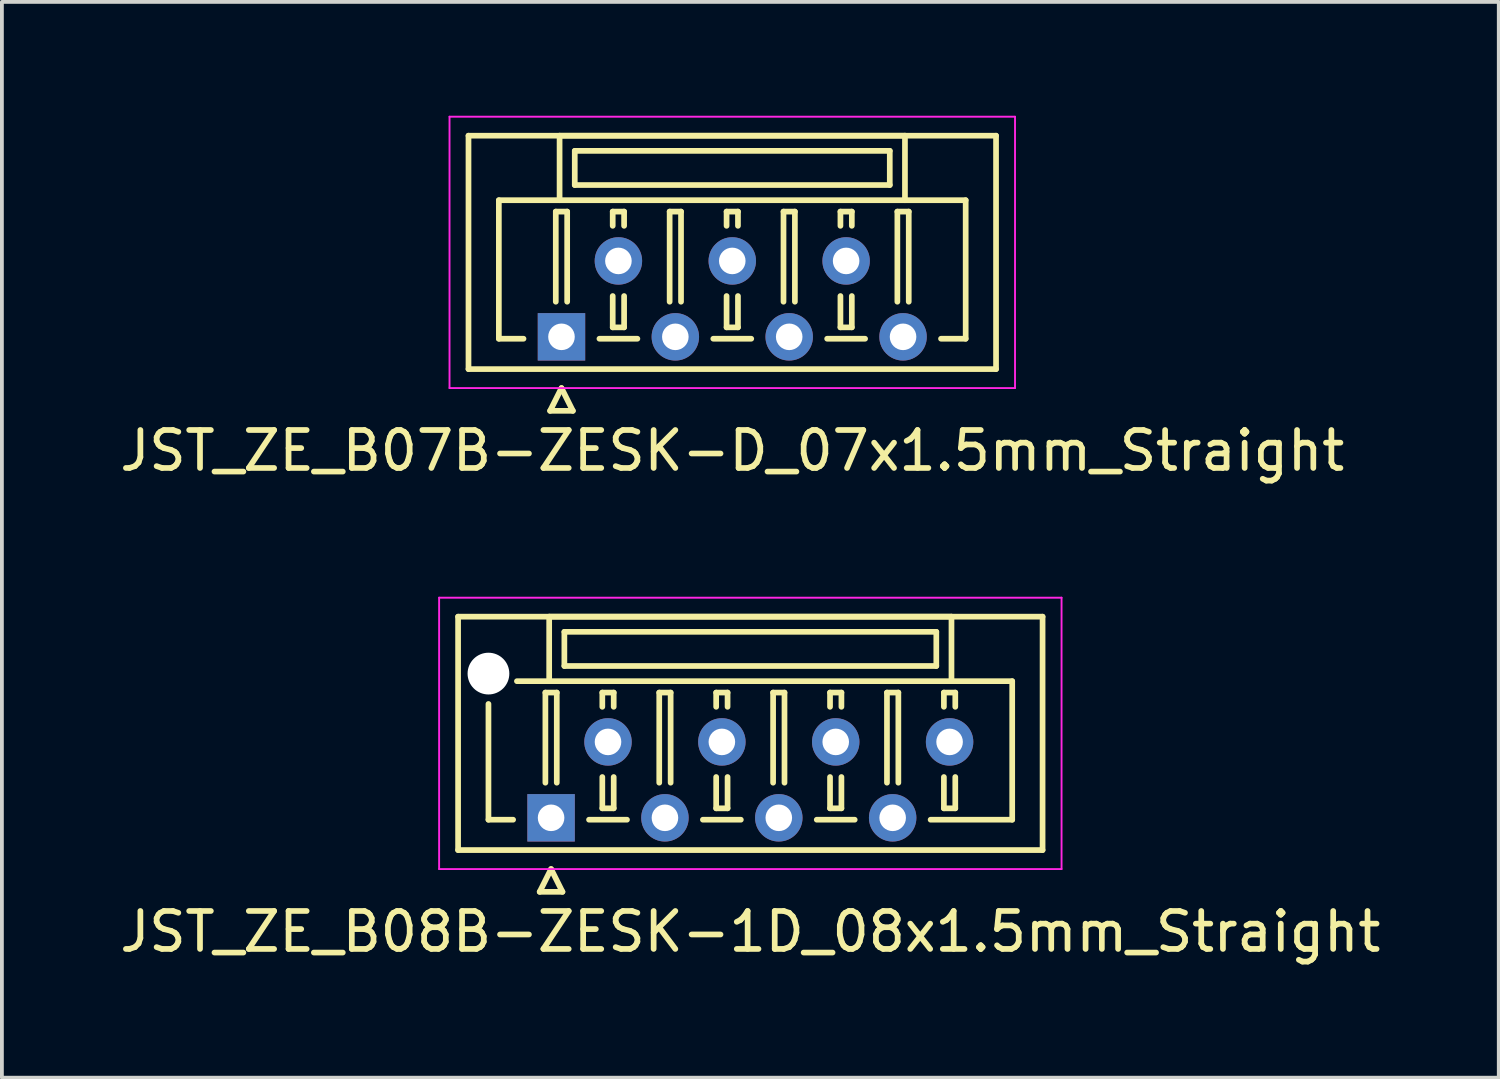
<source format=kicad_pcb>
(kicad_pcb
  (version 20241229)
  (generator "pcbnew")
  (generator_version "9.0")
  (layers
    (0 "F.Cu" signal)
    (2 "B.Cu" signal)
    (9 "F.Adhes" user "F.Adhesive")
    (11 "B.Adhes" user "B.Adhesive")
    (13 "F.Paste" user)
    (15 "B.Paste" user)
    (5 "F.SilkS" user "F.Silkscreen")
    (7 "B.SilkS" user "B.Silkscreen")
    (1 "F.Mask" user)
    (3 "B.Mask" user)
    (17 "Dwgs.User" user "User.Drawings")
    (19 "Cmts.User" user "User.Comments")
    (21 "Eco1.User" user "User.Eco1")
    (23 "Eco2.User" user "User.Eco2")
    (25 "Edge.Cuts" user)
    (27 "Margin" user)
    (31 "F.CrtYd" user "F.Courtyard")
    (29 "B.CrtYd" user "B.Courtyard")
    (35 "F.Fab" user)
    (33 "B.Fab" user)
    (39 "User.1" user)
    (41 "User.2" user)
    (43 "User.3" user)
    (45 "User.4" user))
  (footprint "JST_ZE_B08B-ZESK-1D_08x1.5mm_Straight"
    (layer "F.Cu")
    (at 11.47 18.498)
    (property "Reference" "JST_ZE_B08B-ZESK-1D_08x1.5mm_Straight" (at 5.25 3 0) (layer "F.SilkS") (effects (font (size 1 1) (thickness 0.15))))
    (attr through_hole)
    (fp_line (start -2.45 -5.3) (end -2.45 0.85) (stroke (width 0.15) (type solid)) (layer "F.SilkS"))
    (fp_line (start -2.45 0.85) (end 12.95 0.85) (stroke (width 0.15) (type solid)) (layer "F.SilkS"))
    (fp_line (start -1.65 -3) (end -1.65 0.05) (stroke (width 0.15) (type solid)) (layer "F.SilkS"))
    (fp_line (start -1.65 0.05) (end -1 0.05) (stroke (width 0.15) (type solid)) (layer "F.SilkS"))
    (fp_line (start -0.3 1.95) (end 0 1.35) (stroke (width 0.15) (type solid)) (layer "F.SilkS"))
    (fp_line (start -0.15 -3.3) (end 0.15 -3.3) (stroke (width 0.15) (type solid)) (layer "F.SilkS"))
    (fp_line (start -0.15 -0.925) (end -0.15 -3.3) (stroke (width 0.15) (type solid)) (layer "F.SilkS"))
    (fp_line (start -0.05 -5.3) (end -0.05 -3.6) (stroke (width 0.15) (type solid)) (layer "F.SilkS"))
    (fp_line (start -0.05 -3.6) (end -0.9 -3.6) (stroke (width 0.15) (type solid)) (layer "F.SilkS"))
    (fp_line (start -0.05 -3.6) (end 10.55 -3.6) (stroke (width 0.15) (type solid)) (layer "F.SilkS"))
    (fp_line (start 0 1.35) (end 0.3 1.95) (stroke (width 0.15) (type solid)) (layer "F.SilkS"))
    (fp_line (start 0.15 -3.3) (end 0.15 -0.925) (stroke (width 0.15) (type solid)) (layer "F.SilkS"))
    (fp_line (start 0.3 1.95) (end -0.3 1.95) (stroke (width 0.15) (type solid)) (layer "F.SilkS"))
    (fp_line (start 0.35 -4.9) (end 0.35 -4) (stroke (width 0.15) (type solid)) (layer "F.SilkS"))
    (fp_line (start 0.35 -4) (end 10.15 -4) (stroke (width 0.15) (type solid)) (layer "F.SilkS"))
    (fp_line (start 1 0.05) (end 2 0.05) (stroke (width 0.15) (type solid)) (layer "F.SilkS"))
    (fp_line (start 1.35 -3.3) (end 1.65 -3.3) (stroke (width 0.15) (type solid)) (layer "F.SilkS"))
    (fp_line (start 1.35 -2.925) (end 1.35 -3.3) (stroke (width 0.15) (type solid)) (layer "F.SilkS"))
    (fp_line (start 1.35 -1.075) (end 1.35 -0.25) (stroke (width 0.15) (type solid)) (layer "F.SilkS"))
    (fp_line (start 1.35 -0.25) (end 1.65 -0.25) (stroke (width 0.15) (type solid)) (layer "F.SilkS"))
    (fp_line (start 1.65 -3.3) (end 1.65 -2.925) (stroke (width 0.15) (type solid)) (layer "F.SilkS"))
    (fp_line (start 1.65 -0.25) (end 1.65 -1.075) (stroke (width 0.15) (type solid)) (layer "F.SilkS"))
    (fp_line (start 2.85 -3.3) (end 3.15 -3.3) (stroke (width 0.15) (type solid)) (layer "F.SilkS"))
    (fp_line (start 2.85 -0.925) (end 2.85 -3.3) (stroke (width 0.15) (type solid)) (layer "F.SilkS"))
    (fp_line (start 3.15 -3.3) (end 3.15 -0.925) (stroke (width 0.15) (type solid)) (layer "F.SilkS"))
    (fp_line (start 4 0.05) (end 5 0.05) (stroke (width 0.15) (type solid)) (layer "F.SilkS"))
    (fp_line (start 4.35 -3.3) (end 4.65 -3.3) (stroke (width 0.15) (type solid)) (layer "F.SilkS"))
    (fp_line (start 4.35 -2.925) (end 4.35 -3.3) (stroke (width 0.15) (type solid)) (layer "F.SilkS"))
    (fp_line (start 4.35 -1.075) (end 4.35 -0.25) (stroke (width 0.15) (type solid)) (layer "F.SilkS"))
    (fp_line (start 4.35 -0.25) (end 4.65 -0.25) (stroke (width 0.15) (type solid)) (layer "F.SilkS"))
    (fp_line (start 4.65 -3.3) (end 4.65 -2.925) (stroke (width 0.15) (type solid)) (layer "F.SilkS"))
    (fp_line (start 4.65 -0.25) (end 4.65 -1.075) (stroke (width 0.15) (type solid)) (layer "F.SilkS"))
    (fp_line (start 5.85 -3.3) (end 6.15 -3.3) (stroke (width 0.15) (type solid)) (layer "F.SilkS"))
    (fp_line (start 5.85 -0.925) (end 5.85 -3.3) (stroke (width 0.15) (type solid)) (layer "F.SilkS"))
    (fp_line (start 6.15 -3.3) (end 6.15 -0.925) (stroke (width 0.15) (type solid)) (layer "F.SilkS"))
    (fp_line (start 7 0.05) (end 8 0.05) (stroke (width 0.15) (type solid)) (layer "F.SilkS"))
    (fp_line (start 7.35 -3.3) (end 7.65 -3.3) (stroke (width 0.15) (type solid)) (layer "F.SilkS"))
    (fp_line (start 7.35 -2.925) (end 7.35 -3.3) (stroke (width 0.15) (type solid)) (layer "F.SilkS"))
    (fp_line (start 7.35 -1.075) (end 7.35 -0.25) (stroke (width 0.15) (type solid)) (layer "F.SilkS"))
    (fp_line (start 7.35 -0.25) (end 7.65 -0.25) (stroke (width 0.15) (type solid)) (layer "F.SilkS"))
    (fp_line (start 7.65 -3.3) (end 7.65 -2.925) (stroke (width 0.15) (type solid)) (layer "F.SilkS"))
    (fp_line (start 7.65 -0.25) (end 7.65 -1.075) (stroke (width 0.15) (type solid)) (layer "F.SilkS"))
    (fp_line (start 8.85 -3.3) (end 9.15 -3.3) (stroke (width 0.15) (type solid)) (layer "F.SilkS"))
    (fp_line (start 8.85 -0.925) (end 8.85 -3.3) (stroke (width 0.15) (type solid)) (layer "F.SilkS"))
    (fp_line (start 9.15 -3.3) (end 9.15 -0.925) (stroke (width 0.15) (type solid)) (layer "F.SilkS"))
    (fp_line (start 10.15 -4.9) (end 0.35 -4.9) (stroke (width 0.15) (type solid)) (layer "F.SilkS"))
    (fp_line (start 10.15 -4) (end 10.15 -4.9) (stroke (width 0.15) (type solid)) (layer "F.SilkS"))
    (fp_line (start 10.35 -3.3) (end 10.65 -3.3) (stroke (width 0.15) (type solid)) (layer "F.SilkS"))
    (fp_line (start 10.35 -2.925) (end 10.35 -3.3) (stroke (width 0.15) (type solid)) (layer "F.SilkS"))
    (fp_line (start 10.35 -1.075) (end 10.35 -0.25) (stroke (width 0.15) (type solid)) (layer "F.SilkS"))
    (fp_line (start 10.35 -0.25) (end 10.65 -0.25) (stroke (width 0.15) (type solid)) (layer "F.SilkS"))
    (fp_line (start 10.55 -5.3) (end -0.05 -5.3) (stroke (width 0.15) (type solid)) (layer "F.SilkS"))
    (fp_line (start 10.55 -3.6) (end 10.55 -5.3) (stroke (width 0.15) (type solid)) (layer "F.SilkS"))
    (fp_line (start 10.55 -3.6) (end 12.15 -3.6) (stroke (width 0.15) (type solid)) (layer "F.SilkS"))
    (fp_line (start 10.65 -3.3) (end 10.65 -2.925) (stroke (width 0.15) (type solid)) (layer "F.SilkS"))
    (fp_line (start 10.65 -0.25) (end 10.65 -1.075) (stroke (width 0.15) (type solid)) (layer "F.SilkS"))
    (fp_line (start 12.15 -3.6) (end 12.15 0.05) (stroke (width 0.15) (type solid)) (layer "F.SilkS"))
    (fp_line (start 12.15 0.05) (end 10 0.05) (stroke (width 0.15) (type solid)) (layer "F.SilkS"))
    (fp_line (start 12.95 -5.3) (end -2.45 -5.3) (stroke (width 0.15) (type solid)) (layer "F.SilkS"))
    (fp_line (start 12.95 0.85) (end 12.95 -5.3) (stroke (width 0.15) (type solid)) (layer "F.SilkS"))
    (fp_line (start -2.95 -5.8) (end -2.95 1.35) (stroke (width 0.05) (type solid)) (layer "F.CrtYd"))
    (fp_line (start -2.95 1.35) (end 13.45 1.35) (stroke (width 0.05) (type solid)) (layer "F.CrtYd"))
    (fp_line (start 13.45 -5.8) (end -2.95 -5.8) (stroke (width 0.05) (type solid)) (layer "F.CrtYd"))
    (fp_line (start 13.45 1.35) (end 13.45 -5.8) (stroke (width 0.05) (type solid)) (layer "F.CrtYd"))
    (pad "" np_thru_hole circle (at -1.65 -3.8) (size 1.1 1.1) (drill 1.1) (layers "*.Cu"))
    (pad "1" thru_hole rect (at 0 0) (size 1.25 1.25) (drill 0.7) (layers "*.Cu" "*.Mask"))
    (pad "2" thru_hole circle (at 1.5 -2) (size 1.25 1.25) (drill 0.7) (layers "*.Cu" "*.Mask"))
    (pad "3" thru_hole circle (at 3 0) (size 1.25 1.25) (drill 0.7) (layers "*.Cu" "*.Mask"))
    (pad "4" thru_hole circle (at 4.5 -2) (size 1.25 1.25) (drill 0.7) (layers "*.Cu" "*.Mask"))
    (pad "5" thru_hole circle (at 6 0) (size 1.25 1.25) (drill 0.7) (layers "*.Cu" "*.Mask"))
    (pad "6" thru_hole circle (at 7.5 -2) (size 1.25 1.25) (drill 0.7) (layers "*.Cu" "*.Mask"))
    (pad "7" thru_hole circle (at 9 0) (size 1.25 1.25) (drill 0.7) (layers "*.Cu" "*.Mask"))
    (pad "8" thru_hole circle (at 10.5 -2) (size 1.25 1.25) (drill 0.7) (layers "*.Cu" "*.Mask")))
  (footprint "JST_ZE_B07B-ZESK-D_07x1.5mm_Straight"
    (layer "F.Cu")
    (at 11.744 5.825)
    (property "Reference" "JST_ZE_B07B-ZESK-D_07x1.5mm_Straight" (at 4.5 3 0) (layer "F.SilkS") (effects (font (size 1 1) (thickness 0.15))))
    (attr through_hole)
    (fp_line (start -2.45 -5.3) (end -2.45 0.85) (stroke (width 0.15) (type solid)) (layer "F.SilkS"))
    (fp_line (start -2.45 0.85) (end 11.45 0.85) (stroke (width 0.15) (type solid)) (layer "F.SilkS"))
    (fp_line (start -1.65 -3.6) (end -1.65 0.05) (stroke (width 0.15) (type solid)) (layer "F.SilkS"))
    (fp_line (start -1.65 0.05) (end -1 0.05) (stroke (width 0.15) (type solid)) (layer "F.SilkS"))
    (fp_line (start -0.3 1.95) (end 0 1.35) (stroke (width 0.15) (type solid)) (layer "F.SilkS"))
    (fp_line (start -0.15 -3.3) (end 0.15 -3.3) (stroke (width 0.15) (type solid)) (layer "F.SilkS"))
    (fp_line (start -0.15 -0.925) (end -0.15 -3.3) (stroke (width 0.15) (type solid)) (layer "F.SilkS"))
    (fp_line (start -0.05 -5.3) (end -0.05 -3.6) (stroke (width 0.15) (type solid)) (layer "F.SilkS"))
    (fp_line (start -0.05 -3.6) (end -1.65 -3.6) (stroke (width 0.15) (type solid)) (layer "F.SilkS"))
    (fp_line (start -0.05 -3.6) (end 9.05 -3.6) (stroke (width 0.15) (type solid)) (layer "F.SilkS"))
    (fp_line (start 0 1.35) (end 0.3 1.95) (stroke (width 0.15) (type solid)) (layer "F.SilkS"))
    (fp_line (start 0.15 -3.3) (end 0.15 -0.925) (stroke (width 0.15) (type solid)) (layer "F.SilkS"))
    (fp_line (start 0.3 1.95) (end -0.3 1.95) (stroke (width 0.15) (type solid)) (layer "F.SilkS"))
    (fp_line (start 0.35 -4.9) (end 0.35 -4) (stroke (width 0.15) (type solid)) (layer "F.SilkS"))
    (fp_line (start 0.35 -4) (end 8.65 -4) (stroke (width 0.15) (type solid)) (layer "F.SilkS"))
    (fp_line (start 1 0.05) (end 2 0.05) (stroke (width 0.15) (type solid)) (layer "F.SilkS"))
    (fp_line (start 1.35 -3.3) (end 1.65 -3.3) (stroke (width 0.15) (type solid)) (layer "F.SilkS"))
    (fp_line (start 1.35 -2.925) (end 1.35 -3.3) (stroke (width 0.15) (type solid)) (layer "F.SilkS"))
    (fp_line (start 1.35 -1.075) (end 1.35 -0.25) (stroke (width 0.15) (type solid)) (layer "F.SilkS"))
    (fp_line (start 1.35 -0.25) (end 1.65 -0.25) (stroke (width 0.15) (type solid)) (layer "F.SilkS"))
    (fp_line (start 1.65 -3.3) (end 1.65 -2.925) (stroke (width 0.15) (type solid)) (layer "F.SilkS"))
    (fp_line (start 1.65 -0.25) (end 1.65 -1.075) (stroke (width 0.15) (type solid)) (layer "F.SilkS"))
    (fp_line (start 2.85 -3.3) (end 3.15 -3.3) (stroke (width 0.15) (type solid)) (layer "F.SilkS"))
    (fp_line (start 2.85 -0.925) (end 2.85 -3.3) (stroke (width 0.15) (type solid)) (layer "F.SilkS"))
    (fp_line (start 3.15 -3.3) (end 3.15 -0.925) (stroke (width 0.15) (type solid)) (layer "F.SilkS"))
    (fp_line (start 4 0.05) (end 5 0.05) (stroke (width 0.15) (type solid)) (layer "F.SilkS"))
    (fp_line (start 4.35 -3.3) (end 4.65 -3.3) (stroke (width 0.15) (type solid)) (layer "F.SilkS"))
    (fp_line (start 4.35 -2.925) (end 4.35 -3.3) (stroke (width 0.15) (type solid)) (layer "F.SilkS"))
    (fp_line (start 4.35 -1.075) (end 4.35 -0.25) (stroke (width 0.15) (type solid)) (layer "F.SilkS"))
    (fp_line (start 4.35 -0.25) (end 4.65 -0.25) (stroke (width 0.15) (type solid)) (layer "F.SilkS"))
    (fp_line (start 4.65 -3.3) (end 4.65 -2.925) (stroke (width 0.15) (type solid)) (layer "F.SilkS"))
    (fp_line (start 4.65 -0.25) (end 4.65 -1.075) (stroke (width 0.15) (type solid)) (layer "F.SilkS"))
    (fp_line (start 5.85 -3.3) (end 6.15 -3.3) (stroke (width 0.15) (type solid)) (layer "F.SilkS"))
    (fp_line (start 5.85 -0.925) (end 5.85 -3.3) (stroke (width 0.15) (type solid)) (layer "F.SilkS"))
    (fp_line (start 6.15 -3.3) (end 6.15 -0.925) (stroke (width 0.15) (type solid)) (layer "F.SilkS"))
    (fp_line (start 7 0.05) (end 8 0.05) (stroke (width 0.15) (type solid)) (layer "F.SilkS"))
    (fp_line (start 7.35 -3.3) (end 7.65 -3.3) (stroke (width 0.15) (type solid)) (layer "F.SilkS"))
    (fp_line (start 7.35 -2.925) (end 7.35 -3.3) (stroke (width 0.15) (type solid)) (layer "F.SilkS"))
    (fp_line (start 7.35 -1.075) (end 7.35 -0.25) (stroke (width 0.15) (type solid)) (layer "F.SilkS"))
    (fp_line (start 7.35 -0.25) (end 7.65 -0.25) (stroke (width 0.15) (type solid)) (layer "F.SilkS"))
    (fp_line (start 7.65 -3.3) (end 7.65 -2.925) (stroke (width 0.15) (type solid)) (layer "F.SilkS"))
    (fp_line (start 7.65 -0.25) (end 7.65 -1.075) (stroke (width 0.15) (type solid)) (layer "F.SilkS"))
    (fp_line (start 8.65 -4.9) (end 0.35 -4.9) (stroke (width 0.15) (type solid)) (layer "F.SilkS"))
    (fp_line (start 8.65 -4) (end 8.65 -4.9) (stroke (width 0.15) (type solid)) (layer "F.SilkS"))
    (fp_line (start 8.85 -3.3) (end 9.15 -3.3) (stroke (width 0.15) (type solid)) (layer "F.SilkS"))
    (fp_line (start 8.85 -0.925) (end 8.85 -3.3) (stroke (width 0.15) (type solid)) (layer "F.SilkS"))
    (fp_line (start 9.05 -5.3) (end -0.05 -5.3) (stroke (width 0.15) (type solid)) (layer "F.SilkS"))
    (fp_line (start 9.05 -3.6) (end 9.05 -5.3) (stroke (width 0.15) (type solid)) (layer "F.SilkS"))
    (fp_line (start 9.05 -3.6) (end 10.65 -3.6) (stroke (width 0.15) (type solid)) (layer "F.SilkS"))
    (fp_line (start 9.15 -3.3) (end 9.15 -0.925) (stroke (width 0.15) (type solid)) (layer "F.SilkS"))
    (fp_line (start 10.65 -3.6) (end 10.65 0.05) (stroke (width 0.15) (type solid)) (layer "F.SilkS"))
    (fp_line (start 10.65 0.05) (end 10 0.05) (stroke (width 0.15) (type solid)) (layer "F.SilkS"))
    (fp_line (start 11.45 -5.3) (end -2.45 -5.3) (stroke (width 0.15) (type solid)) (layer "F.SilkS"))
    (fp_line (start 11.45 0.85) (end 11.45 -5.3) (stroke (width 0.15) (type solid)) (layer "F.SilkS"))
    (fp_line (start -2.95 -5.8) (end -2.95 1.35) (stroke (width 0.05) (type solid)) (layer "F.CrtYd"))
    (fp_line (start -2.95 1.35) (end 11.95 1.35) (stroke (width 0.05) (type solid)) (layer "F.CrtYd"))
    (fp_line (start 11.95 -5.8) (end -2.95 -5.8) (stroke (width 0.05) (type solid)) (layer "F.CrtYd"))
    (fp_line (start 11.95 1.35) (end 11.95 -5.8) (stroke (width 0.05) (type solid)) (layer "F.CrtYd"))
    (pad "1" thru_hole rect (at 0 0) (size 1.25 1.25) (drill 0.7) (layers "*.Cu" "*.Mask"))
    (pad "2" thru_hole circle (at 1.5 -2) (size 1.25 1.25) (drill 0.7) (layers "*.Cu" "*.Mask"))
    (pad "3" thru_hole circle (at 3 0) (size 1.25 1.25) (drill 0.7) (layers "*.Cu" "*.Mask"))
    (pad "4" thru_hole circle (at 4.5 -2) (size 1.25 1.25) (drill 0.7) (layers "*.Cu" "*.Mask"))
    (pad "5" thru_hole circle (at 6 0) (size 1.25 1.25) (drill 0.7) (layers "*.Cu" "*.Mask"))
    (pad "6" thru_hole circle (at 7.5 -2) (size 1.25 1.25) (drill 0.7) (layers "*.Cu" "*.Mask"))
    (pad "7" thru_hole circle (at 9 0) (size 1.25 1.25) (drill 0.7) (layers "*.Cu" "*.Mask")))
  (gr_rect
    (start -3 -3)
    (end 36.44 25.346)
    (stroke (width 0.1) (type default))
    (fill no)
    (layer "Edge.Cuts")))
</source>
